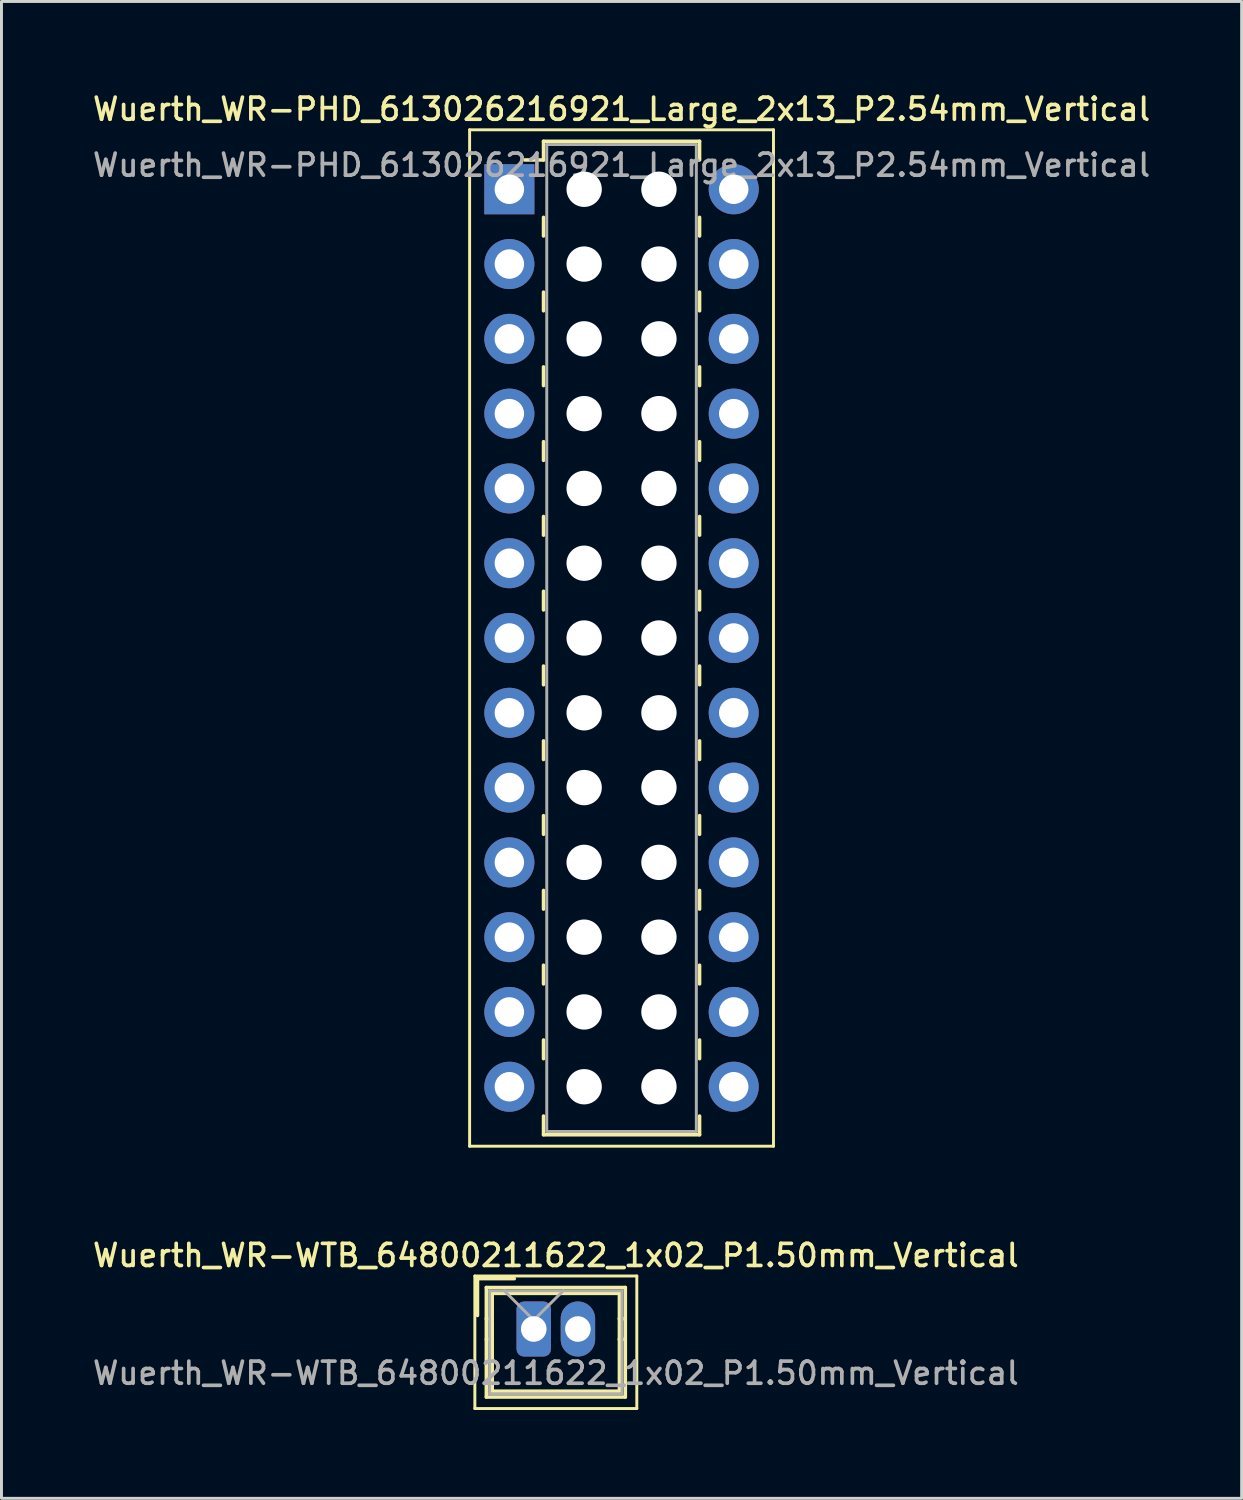
<source format=kicad_pcb>
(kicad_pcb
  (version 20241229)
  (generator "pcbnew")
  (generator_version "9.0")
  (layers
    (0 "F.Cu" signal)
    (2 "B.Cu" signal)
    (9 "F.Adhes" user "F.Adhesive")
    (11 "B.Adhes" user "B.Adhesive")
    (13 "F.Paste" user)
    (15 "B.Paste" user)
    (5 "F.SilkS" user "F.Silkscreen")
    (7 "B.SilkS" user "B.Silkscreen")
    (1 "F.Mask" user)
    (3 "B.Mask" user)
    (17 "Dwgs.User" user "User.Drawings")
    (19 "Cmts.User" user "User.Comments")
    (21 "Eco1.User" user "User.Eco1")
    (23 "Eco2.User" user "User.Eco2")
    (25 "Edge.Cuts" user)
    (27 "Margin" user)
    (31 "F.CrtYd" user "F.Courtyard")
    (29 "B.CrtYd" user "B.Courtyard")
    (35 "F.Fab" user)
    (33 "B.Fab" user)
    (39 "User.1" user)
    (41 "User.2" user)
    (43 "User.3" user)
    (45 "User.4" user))
  (footprint "Wuerth_WR-WTB_64800211622_1x02_P1.50mm_Vertical"
    (layer "F.Cu")
    (at 15.077 42.086)
    (property "Reference" "Wuerth_WR-WTB_64800211622_1x02_P1.50mm_Vertical" (at 0.75 -2.5 0) (layer "F.SilkS") (effects (font (size 0.75 0.75) (thickness 0.125))))
    (attr through_hole)
    (fp_line (start -2 -1.8) (end -2 2.7) (stroke (width 0.1) (type solid)) (layer "F.SilkS"))
    (fp_line (start -2 2.7) (end 3.5 2.7) (stroke (width 0.1) (type solid)) (layer "F.SilkS"))
    (fp_line (start -1.91 -1.71) (end -1.91 -0.46) (stroke (width 0.12) (type solid)) (layer "F.SilkS"))
    (fp_line (start -1.61 -1.41) (end -1.61 2.31) (stroke (width 0.12) (type solid)) (layer "F.SilkS"))
    (fp_line (start -1.61 -0.35) (end -1.41 -0.35) (stroke (width 0.12) (type solid)) (layer "F.SilkS"))
    (fp_line (start -1.61 2.31) (end 3.11 2.31) (stroke (width 0.12) (type solid)) (layer "F.SilkS"))
    (fp_line (start -1.41 -1.21) (end 2.91 -1.21) (stroke (width 0.12) (type solid)) (layer "F.SilkS"))
    (fp_line (start -1.41 -0.35) (end -1.41 -1.21) (stroke (width 0.12) (type solid)) (layer "F.SilkS"))
    (fp_line (start -1.41 -0.35) (end -1.41 0.35) (stroke (width 0.12) (type solid)) (layer "F.SilkS"))
    (fp_line (start -1.41 0.35) (end -1.61 0.35) (stroke (width 0.12) (type solid)) (layer "F.SilkS"))
    (fp_line (start -1.41 0.35) (end -1.41 2.11) (stroke (width 0.12) (type solid)) (layer "F.SilkS"))
    (fp_line (start -1.41 2.11) (end 2.91 2.11) (stroke (width 0.12) (type solid)) (layer "F.SilkS"))
    (fp_line (start -0.66 -1.71) (end -1.91 -1.71) (stroke (width 0.12) (type solid)) (layer "F.SilkS"))
    (fp_line (start 2.91 -1.21) (end 2.91 -0.35) (stroke (width 0.12) (type solid)) (layer "F.SilkS"))
    (fp_line (start 2.91 -0.35) (end 2.91 0.35) (stroke (width 0.12) (type solid)) (layer "F.SilkS"))
    (fp_line (start 2.91 -0.35) (end 3.11 -0.35) (stroke (width 0.12) (type solid)) (layer "F.SilkS"))
    (fp_line (start 2.91 0.35) (end 3.11 0.35) (stroke (width 0.12) (type solid)) (layer "F.SilkS"))
    (fp_line (start 2.91 2.11) (end 2.91 0.35) (stroke (width 0.12) (type solid)) (layer "F.SilkS"))
    (fp_line (start 3.11 -1.41) (end -1.61 -1.41) (stroke (width 0.12) (type solid)) (layer "F.SilkS"))
    (fp_line (start 3.11 2.31) (end 3.11 -1.41) (stroke (width 0.12) (type solid)) (layer "F.SilkS"))
    (fp_line (start 3.5 -1.8) (end -2 -1.8) (stroke (width 0.1) (type solid)) (layer "F.SilkS"))
    (fp_line (start 3.5 2.7) (end 3.5 -1.8) (stroke (width 0.1) (type solid)) (layer "F.SilkS"))
    (fp_line (start -1.5 -1.3) (end -1.5 2.2) (stroke (width 0.1) (type solid)) (layer "F.Fab"))
    (fp_line (start -1.5 2.2) (end 3 2.2) (stroke (width 0.1) (type solid)) (layer "F.Fab"))
    (fp_line (start -1 -1.3) (end 0 -0.3) (stroke (width 0.1) (type solid)) (layer "F.Fab"))
    (fp_line (start 0 -0.3) (end 1 -1.3) (stroke (width 0.1) (type solid)) (layer "F.Fab"))
    (fp_line (start 3 -1.3) (end -1.5 -1.3) (stroke (width 0.1) (type solid)) (layer "F.Fab"))
    (fp_line (start 3 2.2) (end 3 -1.3) (stroke (width 0.1) (type solid)) (layer "F.Fab"))
    (fp_text user "${REFERENCE}" (at 0.75 1.5 0) (layer "F.Fab") (effects (font (size 0.75 0.75) (thickness 0.125))))
    (pad "1" thru_hole roundrect (at 0 0) (size 1.17 1.87) (drill 0.87) (layers "*.Cu" "*.Mask") (roundrect_rratio 0.214))
    (pad "2" thru_hole oval (at 1.5 0) (size 1.17 1.87) (drill 0.87) (layers "*.Cu" "*.Mask")))
  (footprint "Wuerth_WR-PHD_613026216921_Large_2x13_P2.54mm_Vertical"
    (layer "F.Cu")
    (at 14.249 3.378)
    (property "Reference" "Wuerth_WR-PHD_613026216921_Large_2x13_P2.54mm_Vertical" (at 3.81 -2.72 0) (layer "F.SilkS") (effects (font (size 0.75 0.75) (thickness 0.125))))
    (attr through_hole)
    (fp_line (start -1.35 -2.02) (end -1.35 32.5) (stroke (width 0.1) (type solid)) (layer "F.SilkS"))
    (fp_line (start -1.35 32.5) (end 8.97 32.5) (stroke (width 0.1) (type solid)) (layer "F.SilkS"))
    (fp_line (start 1.16 -1.63) (end 1.16 -0.995) (stroke (width 0.12) (type solid)) (layer "F.SilkS"))
    (fp_line (start 1.16 -1.63) (end 6.46 -1.63) (stroke (width 0.12) (type solid)) (layer "F.SilkS"))
    (fp_line (start 1.16 -0.995) (end 0.525 -0.995) (stroke (width 0.12) (type solid)) (layer "F.SilkS"))
    (fp_line (start 1.16 0.953) (end 1.16 1.587) (stroke (width 0.12) (type solid)) (layer "F.SilkS"))
    (fp_line (start 1.16 3.493) (end 1.16 4.128) (stroke (width 0.12) (type solid)) (layer "F.SilkS"))
    (fp_line (start 1.16 6.032) (end 1.16 6.668) (stroke (width 0.12) (type solid)) (layer "F.SilkS"))
    (fp_line (start 1.16 8.572) (end 1.16 9.207) (stroke (width 0.12) (type solid)) (layer "F.SilkS"))
    (fp_line (start 1.16 11.113) (end 1.16 11.748) (stroke (width 0.12) (type solid)) (layer "F.SilkS"))
    (fp_line (start 1.16 13.652) (end 1.16 14.287) (stroke (width 0.12) (type solid)) (layer "F.SilkS"))
    (fp_line (start 1.16 16.192) (end 1.16 16.828) (stroke (width 0.12) (type solid)) (layer "F.SilkS"))
    (fp_line (start 1.16 18.733) (end 1.16 19.367) (stroke (width 0.12) (type solid)) (layer "F.SilkS"))
    (fp_line (start 1.16 21.273) (end 1.16 21.907) (stroke (width 0.12) (type solid)) (layer "F.SilkS"))
    (fp_line (start 1.16 23.812) (end 1.16 24.448) (stroke (width 0.12) (type solid)) (layer "F.SilkS"))
    (fp_line (start 1.16 26.352) (end 1.16 26.988) (stroke (width 0.12) (type solid)) (layer "F.SilkS"))
    (fp_line (start 1.16 28.892) (end 1.16 29.527) (stroke (width 0.12) (type solid)) (layer "F.SilkS"))
    (fp_line (start 1.16 32.11) (end 1.16 31.475) (stroke (width 0.12) (type solid)) (layer "F.SilkS"))
    (fp_line (start 1.16 32.11) (end 6.46 32.11) (stroke (width 0.12) (type solid)) (layer "F.SilkS"))
    (fp_line (start 6.46 -1.63) (end 6.46 -0.995) (stroke (width 0.12) (type solid)) (layer "F.SilkS"))
    (fp_line (start 6.46 0.953) (end 6.46 1.587) (stroke (width 0.12) (type solid)) (layer "F.SilkS"))
    (fp_line (start 6.46 3.493) (end 6.46 4.128) (stroke (width 0.12) (type solid)) (layer "F.SilkS"))
    (fp_line (start 6.46 6.032) (end 6.46 6.668) (stroke (width 0.12) (type solid)) (layer "F.SilkS"))
    (fp_line (start 6.46 8.572) (end 6.46 9.207) (stroke (width 0.12) (type solid)) (layer "F.SilkS"))
    (fp_line (start 6.46 11.113) (end 6.46 11.748) (stroke (width 0.12) (type solid)) (layer "F.SilkS"))
    (fp_line (start 6.46 13.652) (end 6.46 14.287) (stroke (width 0.12) (type solid)) (layer "F.SilkS"))
    (fp_line (start 6.46 16.192) (end 6.46 16.828) (stroke (width 0.12) (type solid)) (layer "F.SilkS"))
    (fp_line (start 6.46 18.733) (end 6.46 19.367) (stroke (width 0.12) (type solid)) (layer "F.SilkS"))
    (fp_line (start 6.46 21.273) (end 6.46 21.907) (stroke (width 0.12) (type solid)) (layer "F.SilkS"))
    (fp_line (start 6.46 23.812) (end 6.46 24.448) (stroke (width 0.12) (type solid)) (layer "F.SilkS"))
    (fp_line (start 6.46 26.352) (end 6.46 26.988) (stroke (width 0.12) (type solid)) (layer "F.SilkS"))
    (fp_line (start 6.46 28.892) (end 6.46 29.527) (stroke (width 0.12) (type solid)) (layer "F.SilkS"))
    (fp_line (start 6.46 32.11) (end 6.46 31.475) (stroke (width 0.12) (type solid)) (layer "F.SilkS"))
    (fp_line (start 8.97 -2.02) (end -1.35 -2.02) (stroke (width 0.1) (type solid)) (layer "F.SilkS"))
    (fp_line (start 8.97 32.5) (end 8.97 -2.02) (stroke (width 0.1) (type solid)) (layer "F.SilkS"))
    (fp_line (start 1.27 -1.52) (end 1.27 32) (stroke (width 0.1) (type solid)) (layer "F.Fab"))
    (fp_line (start 1.27 32) (end 6.35 32) (stroke (width 0.1) (type solid)) (layer "F.Fab"))
    (fp_line (start 6.35 -1.52) (end 1.27 -1.52) (stroke (width 0.1) (type solid)) (layer "F.Fab"))
    (fp_line (start 6.35 32) (end 6.35 -1.52) (stroke (width 0.1) (type solid)) (layer "F.Fab"))
    (fp_text user "${REFERENCE}" (at 3.81 -0.82 0) (layer "F.Fab") (effects (font (size 0.75 0.75) (thickness 0.125))))
    (pad "" np_thru_hole circle (at 2.54 0) (size 1.2 1.2) (drill 1.2) (layers "*.Cu" "*.Mask"))
    (pad "" np_thru_hole circle (at 2.54 2.54) (size 1.2 1.2) (drill 1.2) (layers "*.Cu" "*.Mask"))
    (pad "" np_thru_hole circle (at 2.54 5.08) (size 1.2 1.2) (drill 1.2) (layers "*.Cu" "*.Mask"))
    (pad "" np_thru_hole circle (at 2.54 7.62) (size 1.2 1.2) (drill 1.2) (layers "*.Cu" "*.Mask"))
    (pad "" np_thru_hole circle (at 2.54 10.16) (size 1.2 1.2) (drill 1.2) (layers "*.Cu" "*.Mask"))
    (pad "" np_thru_hole circle (at 2.54 12.7) (size 1.2 1.2) (drill 1.2) (layers "*.Cu" "*.Mask"))
    (pad "" np_thru_hole circle (at 2.54 15.24) (size 1.2 1.2) (drill 1.2) (layers "*.Cu" "*.Mask"))
    (pad "" np_thru_hole circle (at 2.54 17.78) (size 1.2 1.2) (drill 1.2) (layers "*.Cu" "*.Mask"))
    (pad "" np_thru_hole circle (at 2.54 20.32) (size 1.2 1.2) (drill 1.2) (layers "*.Cu" "*.Mask"))
    (pad "" np_thru_hole circle (at 2.54 22.86) (size 1.2 1.2) (drill 1.2) (layers "*.Cu" "*.Mask"))
    (pad "" np_thru_hole circle (at 2.54 25.4) (size 1.2 1.2) (drill 1.2) (layers "*.Cu" "*.Mask"))
    (pad "" np_thru_hole circle (at 2.54 27.94) (size 1.2 1.2) (drill 1.2) (layers "*.Cu" "*.Mask"))
    (pad "" np_thru_hole circle (at 2.54 30.48) (size 1.2 1.2) (drill 1.2) (layers "*.Cu" "*.Mask"))
    (pad "" np_thru_hole circle (at 5.08 0) (size 1.2 1.2) (drill 1.2) (layers "*.Cu" "*.Mask"))
    (pad "" np_thru_hole circle (at 5.08 2.54) (size 1.2 1.2) (drill 1.2) (layers "*.Cu" "*.Mask"))
    (pad "" np_thru_hole circle (at 5.08 5.08) (size 1.2 1.2) (drill 1.2) (layers "*.Cu" "*.Mask"))
    (pad "" np_thru_hole circle (at 5.08 7.62) (size 1.2 1.2) (drill 1.2) (layers "*.Cu" "*.Mask"))
    (pad "" np_thru_hole circle (at 5.08 10.16) (size 1.2 1.2) (drill 1.2) (layers "*.Cu" "*.Mask"))
    (pad "" np_thru_hole circle (at 5.08 12.7) (size 1.2 1.2) (drill 1.2) (layers "*.Cu" "*.Mask"))
    (pad "" np_thru_hole circle (at 5.08 15.24) (size 1.2 1.2) (drill 1.2) (layers "*.Cu" "*.Mask"))
    (pad "" np_thru_hole circle (at 5.08 17.78) (size 1.2 1.2) (drill 1.2) (layers "*.Cu" "*.Mask"))
    (pad "" np_thru_hole circle (at 5.08 20.32) (size 1.2 1.2) (drill 1.2) (layers "*.Cu" "*.Mask"))
    (pad "" np_thru_hole circle (at 5.08 22.86) (size 1.2 1.2) (drill 1.2) (layers "*.Cu" "*.Mask"))
    (pad "" np_thru_hole circle (at 5.08 25.4) (size 1.2 1.2) (drill 1.2) (layers "*.Cu" "*.Mask"))
    (pad "" np_thru_hole circle (at 5.08 27.94) (size 1.2 1.2) (drill 1.2) (layers "*.Cu" "*.Mask"))
    (pad "" np_thru_hole circle (at 5.08 30.48) (size 1.2 1.2) (drill 1.2) (layers "*.Cu" "*.Mask"))
    (pad "1" thru_hole rect (at 0 0) (size 1.7 1.7) (drill 1) (layers "*.Cu" "*.Mask"))
    (pad "2" thru_hole circle (at 7.62 0) (size 1.7 1.7) (drill 1) (layers "*.Cu" "*.Mask"))
    (pad "3" thru_hole circle (at 0 2.54) (size 1.7 1.7) (drill 1) (layers "*.Cu" "*.Mask"))
    (pad "4" thru_hole circle (at 7.62 2.54) (size 1.7 1.7) (drill 1) (layers "*.Cu" "*.Mask"))
    (pad "5" thru_hole circle (at 0 5.08) (size 1.7 1.7) (drill 1) (layers "*.Cu" "*.Mask"))
    (pad "6" thru_hole circle (at 7.62 5.08) (size 1.7 1.7) (drill 1) (layers "*.Cu" "*.Mask"))
    (pad "7" thru_hole circle (at 0 7.62) (size 1.7 1.7) (drill 1) (layers "*.Cu" "*.Mask"))
    (pad "8" thru_hole circle (at 7.62 7.62) (size 1.7 1.7) (drill 1) (layers "*.Cu" "*.Mask"))
    (pad "9" thru_hole circle (at 0 10.16) (size 1.7 1.7) (drill 1) (layers "*.Cu" "*.Mask"))
    (pad "10" thru_hole circle (at 7.62 10.16) (size 1.7 1.7) (drill 1) (layers "*.Cu" "*.Mask"))
    (pad "11" thru_hole circle (at 0 12.7) (size 1.7 1.7) (drill 1) (layers "*.Cu" "*.Mask"))
    (pad "12" thru_hole circle (at 7.62 12.7) (size 1.7 1.7) (drill 1) (layers "*.Cu" "*.Mask"))
    (pad "13" thru_hole circle (at 0 15.24) (size 1.7 1.7) (drill 1) (layers "*.Cu" "*.Mask"))
    (pad "14" thru_hole circle (at 7.62 15.24) (size 1.7 1.7) (drill 1) (layers "*.Cu" "*.Mask"))
    (pad "15" thru_hole circle (at 0 17.78) (size 1.7 1.7) (drill 1) (layers "*.Cu" "*.Mask"))
    (pad "16" thru_hole circle (at 7.62 17.78) (size 1.7 1.7) (drill 1) (layers "*.Cu" "*.Mask"))
    (pad "17" thru_hole circle (at 0 20.32) (size 1.7 1.7) (drill 1) (layers "*.Cu" "*.Mask"))
    (pad "18" thru_hole circle (at 7.62 20.32) (size 1.7 1.7) (drill 1) (layers "*.Cu" "*.Mask"))
    (pad "19" thru_hole circle (at 0 22.86) (size 1.7 1.7) (drill 1) (layers "*.Cu" "*.Mask"))
    (pad "20" thru_hole circle (at 7.62 22.86) (size 1.7 1.7) (drill 1) (layers "*.Cu" "*.Mask"))
    (pad "21" thru_hole circle (at 0 25.4) (size 1.7 1.7) (drill 1) (layers "*.Cu" "*.Mask"))
    (pad "22" thru_hole circle (at 7.62 25.4) (size 1.7 1.7) (drill 1) (layers "*.Cu" "*.Mask"))
    (pad "23" thru_hole circle (at 0 27.94) (size 1.7 1.7) (drill 1) (layers "*.Cu" "*.Mask"))
    (pad "24" thru_hole circle (at 7.62 27.94) (size 1.7 1.7) (drill 1) (layers "*.Cu" "*.Mask"))
    (pad "25" thru_hole circle (at 0 30.48) (size 1.7 1.7) (drill 1) (layers "*.Cu" "*.Mask"))
    (pad "26" thru_hole circle (at 7.62 30.48) (size 1.7 1.7) (drill 1) (layers "*.Cu" "*.Mask")))
  (gr_rect
    (start -3 -3)
    (end 39.118 47.836)
    (stroke (width 0.1) (type default))
    (fill no)
    (layer "Edge.Cuts")))
</source>
